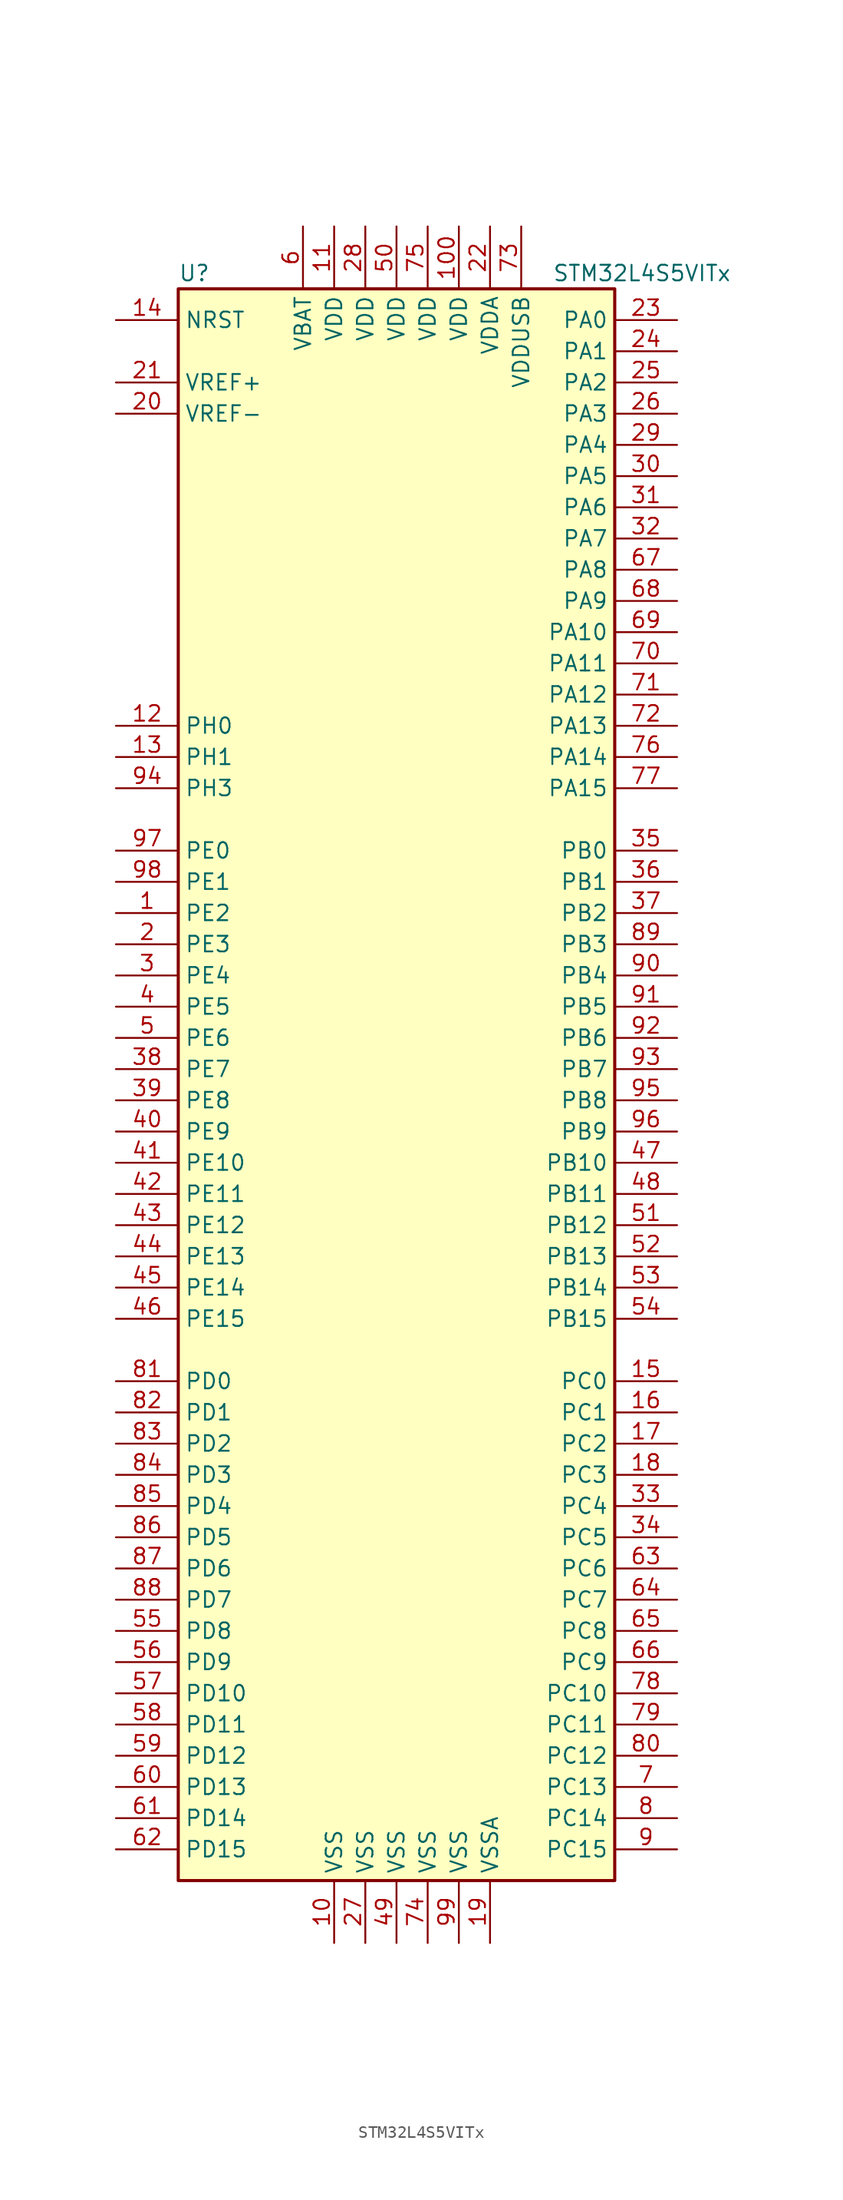
<source format=kicad_sym>
(kicad_symbol_lib
  (version 20201005)
  (generator kicad_symbol_editor)
  (symbol "MCU_ST_STM32L4+:STM32L4S5VITx"
    (property "Reference" "U"
      (at -17.78 64.77 0)
      (effects (font (size 1.27 1.27)) (justify left)))
    (property "Value" "STM32L4S5VITx"
      (at 12.7 64.77 0)
      (effects (font (size 1.27 1.27)) (justify left)))
    (symbol "STM32L4S5VITx_0_1"
      (rectangle (start -17.78 -66.04) (end 17.78 63.5) (stroke (width 0.254)) (fill (type background))))
    (symbol "STM32L4S5VITx_1_1"
      (pin input line (at -22.86 60.96 0) (length 5.08) (name "NRST" (effects (font (size 1.27 1.27)))) (number "14" (effects (font (size 1.27 1.27)))))
      (pin bidirectional line (at 22.86 60.96 180) (length 5.08) (name "PA0" (effects (font (size 1.27 1.27)))) (number "23" (effects (font (size 1.27 1.27)))))
      (pin bidirectional line (at 22.86 58.42 180) (length 5.08) (name "PA1" (effects (font (size 1.27 1.27)))) (number "24" (effects (font (size 1.27 1.27)))))
      (pin bidirectional line (at 22.86 35.56 180) (length 5.08) (name "PA10" (effects (font (size 1.27 1.27)))) (number "69" (effects (font (size 1.27 1.27)))))
      (pin bidirectional line (at 22.86 33.02 180) (length 5.08) (name "PA11" (effects (font (size 1.27 1.27)))) (number "70" (effects (font (size 1.27 1.27)))))
      (pin bidirectional line (at 22.86 30.48 180) (length 5.08) (name "PA12" (effects (font (size 1.27 1.27)))) (number "71" (effects (font (size 1.27 1.27)))))
      (pin bidirectional line (at 22.86 27.94 180) (length 5.08) (name "PA13" (effects (font (size 1.27 1.27)))) (number "72" (effects (font (size 1.27 1.27)))))
      (pin bidirectional line (at 22.86 25.4 180) (length 5.08) (name "PA14" (effects (font (size 1.27 1.27)))) (number "76" (effects (font (size 1.27 1.27)))))
      (pin bidirectional line (at 22.86 22.86 180) (length 5.08) (name "PA15" (effects (font (size 1.27 1.27)))) (number "77" (effects (font (size 1.27 1.27)))))
      (pin bidirectional line (at 22.86 55.88 180) (length 5.08) (name "PA2" (effects (font (size 1.27 1.27)))) (number "25" (effects (font (size 1.27 1.27)))))
      (pin bidirectional line (at 22.86 53.34 180) (length 5.08) (name "PA3" (effects (font (size 1.27 1.27)))) (number "26" (effects (font (size 1.27 1.27)))))
      (pin bidirectional line (at 22.86 50.8 180) (length 5.08) (name "PA4" (effects (font (size 1.27 1.27)))) (number "29" (effects (font (size 1.27 1.27)))))
      (pin bidirectional line (at 22.86 48.26 180) (length 5.08) (name "PA5" (effects (font (size 1.27 1.27)))) (number "30" (effects (font (size 1.27 1.27)))))
      (pin bidirectional line (at 22.86 45.72 180) (length 5.08) (name "PA6" (effects (font (size 1.27 1.27)))) (number "31" (effects (font (size 1.27 1.27)))))
      (pin bidirectional line (at 22.86 43.18 180) (length 5.08) (name "PA7" (effects (font (size 1.27 1.27)))) (number "32" (effects (font (size 1.27 1.27)))))
      (pin bidirectional line (at 22.86 40.64 180) (length 5.08) (name "PA8" (effects (font (size 1.27 1.27)))) (number "67" (effects (font (size 1.27 1.27)))))
      (pin bidirectional line (at 22.86 38.1 180) (length 5.08) (name "PA9" (effects (font (size 1.27 1.27)))) (number "68" (effects (font (size 1.27 1.27)))))
      (pin bidirectional line (at 22.86 17.78 180) (length 5.08) (name "PB0" (effects (font (size 1.27 1.27)))) (number "35" (effects (font (size 1.27 1.27)))))
      (pin bidirectional line (at 22.86 15.24 180) (length 5.08) (name "PB1" (effects (font (size 1.27 1.27)))) (number "36" (effects (font (size 1.27 1.27)))))
      (pin bidirectional line (at 22.86 -7.62 180) (length 5.08) (name "PB10" (effects (font (size 1.27 1.27)))) (number "47" (effects (font (size 1.27 1.27)))))
      (pin bidirectional line (at 22.86 -10.16 180) (length 5.08) (name "PB11" (effects (font (size 1.27 1.27)))) (number "48" (effects (font (size 1.27 1.27)))))
      (pin bidirectional line (at 22.86 -12.7 180) (length 5.08) (name "PB12" (effects (font (size 1.27 1.27)))) (number "51" (effects (font (size 1.27 1.27)))))
      (pin bidirectional line (at 22.86 -15.24 180) (length 5.08) (name "PB13" (effects (font (size 1.27 1.27)))) (number "52" (effects (font (size 1.27 1.27)))))
      (pin bidirectional line (at 22.86 -17.78 180) (length 5.08) (name "PB14" (effects (font (size 1.27 1.27)))) (number "53" (effects (font (size 1.27 1.27)))))
      (pin bidirectional line (at 22.86 -20.32 180) (length 5.08) (name "PB15" (effects (font (size 1.27 1.27)))) (number "54" (effects (font (size 1.27 1.27)))))
      (pin bidirectional line (at 22.86 12.7 180) (length 5.08) (name "PB2" (effects (font (size 1.27 1.27)))) (number "37" (effects (font (size 1.27 1.27)))))
      (pin bidirectional line (at 22.86 10.16 180) (length 5.08) (name "PB3" (effects (font (size 1.27 1.27)))) (number "89" (effects (font (size 1.27 1.27)))))
      (pin bidirectional line (at 22.86 7.62 180) (length 5.08) (name "PB4" (effects (font (size 1.27 1.27)))) (number "90" (effects (font (size 1.27 1.27)))))
      (pin bidirectional line (at 22.86 5.08 180) (length 5.08) (name "PB5" (effects (font (size 1.27 1.27)))) (number "91" (effects (font (size 1.27 1.27)))))
      (pin bidirectional line (at 22.86 2.54 180) (length 5.08) (name "PB6" (effects (font (size 1.27 1.27)))) (number "92" (effects (font (size 1.27 1.27)))))
      (pin bidirectional line (at 22.86 0 180) (length 5.08) (name "PB7" (effects (font (size 1.27 1.27)))) (number "93" (effects (font (size 1.27 1.27)))))
      (pin bidirectional line (at 22.86 -2.54 180) (length 5.08) (name "PB8" (effects (font (size 1.27 1.27)))) (number "95" (effects (font (size 1.27 1.27)))))
      (pin bidirectional line (at 22.86 -5.08 180) (length 5.08) (name "PB9" (effects (font (size 1.27 1.27)))) (number "96" (effects (font (size 1.27 1.27)))))
      (pin bidirectional line (at 22.86 -25.4 180) (length 5.08) (name "PC0" (effects (font (size 1.27 1.27)))) (number "15" (effects (font (size 1.27 1.27)))))
      (pin bidirectional line (at 22.86 -27.94 180) (length 5.08) (name "PC1" (effects (font (size 1.27 1.27)))) (number "16" (effects (font (size 1.27 1.27)))))
      (pin bidirectional line (at 22.86 -50.8 180) (length 5.08) (name "PC10" (effects (font (size 1.27 1.27)))) (number "78" (effects (font (size 1.27 1.27)))))
      (pin bidirectional line (at 22.86 -53.34 180) (length 5.08) (name "PC11" (effects (font (size 1.27 1.27)))) (number "79" (effects (font (size 1.27 1.27)))))
      (pin bidirectional line (at 22.86 -55.88 180) (length 5.08) (name "PC12" (effects (font (size 1.27 1.27)))) (number "80" (effects (font (size 1.27 1.27)))))
      (pin bidirectional line (at 22.86 -58.42 180) (length 5.08) (name "PC13" (effects (font (size 1.27 1.27)))) (number "7" (effects (font (size 1.27 1.27)))))
      (pin bidirectional line (at 22.86 -60.96 180) (length 5.08) (name "PC14" (effects (font (size 1.27 1.27)))) (number "8" (effects (font (size 1.27 1.27)))))
      (pin bidirectional line (at 22.86 -63.5 180) (length 5.08) (name "PC15" (effects (font (size 1.27 1.27)))) (number "9" (effects (font (size 1.27 1.27)))))
      (pin bidirectional line (at 22.86 -30.48 180) (length 5.08) (name "PC2" (effects (font (size 1.27 1.27)))) (number "17" (effects (font (size 1.27 1.27)))))
      (pin bidirectional line (at 22.86 -33.02 180) (length 5.08) (name "PC3" (effects (font (size 1.27 1.27)))) (number "18" (effects (font (size 1.27 1.27)))))
      (pin bidirectional line (at 22.86 -35.56 180) (length 5.08) (name "PC4" (effects (font (size 1.27 1.27)))) (number "33" (effects (font (size 1.27 1.27)))))
      (pin bidirectional line (at 22.86 -38.1 180) (length 5.08) (name "PC5" (effects (font (size 1.27 1.27)))) (number "34" (effects (font (size 1.27 1.27)))))
      (pin bidirectional line (at 22.86 -40.64 180) (length 5.08) (name "PC6" (effects (font (size 1.27 1.27)))) (number "63" (effects (font (size 1.27 1.27)))))
      (pin bidirectional line (at 22.86 -43.18 180) (length 5.08) (name "PC7" (effects (font (size 1.27 1.27)))) (number "64" (effects (font (size 1.27 1.27)))))
      (pin bidirectional line (at 22.86 -45.72 180) (length 5.08) (name "PC8" (effects (font (size 1.27 1.27)))) (number "65" (effects (font (size 1.27 1.27)))))
      (pin bidirectional line (at 22.86 -48.26 180) (length 5.08) (name "PC9" (effects (font (size 1.27 1.27)))) (number "66" (effects (font (size 1.27 1.27)))))
      (pin bidirectional line (at -22.86 -25.4 0) (length 5.08) (name "PD0" (effects (font (size 1.27 1.27)))) (number "81" (effects (font (size 1.27 1.27)))))
      (pin bidirectional line (at -22.86 -27.94 0) (length 5.08) (name "PD1" (effects (font (size 1.27 1.27)))) (number "82" (effects (font (size 1.27 1.27)))))
      (pin bidirectional line (at -22.86 -50.8 0) (length 5.08) (name "PD10" (effects (font (size 1.27 1.27)))) (number "57" (effects (font (size 1.27 1.27)))))
      (pin bidirectional line (at -22.86 -53.34 0) (length 5.08) (name "PD11" (effects (font (size 1.27 1.27)))) (number "58" (effects (font (size 1.27 1.27)))))
      (pin bidirectional line (at -22.86 -55.88 0) (length 5.08) (name "PD12" (effects (font (size 1.27 1.27)))) (number "59" (effects (font (size 1.27 1.27)))))
      (pin bidirectional line (at -22.86 -58.42 0) (length 5.08) (name "PD13" (effects (font (size 1.27 1.27)))) (number "60" (effects (font (size 1.27 1.27)))))
      (pin bidirectional line (at -22.86 -60.96 0) (length 5.08) (name "PD14" (effects (font (size 1.27 1.27)))) (number "61" (effects (font (size 1.27 1.27)))))
      (pin bidirectional line (at -22.86 -63.5 0) (length 5.08) (name "PD15" (effects (font (size 1.27 1.27)))) (number "62" (effects (font (size 1.27 1.27)))))
      (pin bidirectional line (at -22.86 -30.48 0) (length 5.08) (name "PD2" (effects (font (size 1.27 1.27)))) (number "83" (effects (font (size 1.27 1.27)))))
      (pin bidirectional line (at -22.86 -33.02 0) (length 5.08) (name "PD3" (effects (font (size 1.27 1.27)))) (number "84" (effects (font (size 1.27 1.27)))))
      (pin bidirectional line (at -22.86 -35.56 0) (length 5.08) (name "PD4" (effects (font (size 1.27 1.27)))) (number "85" (effects (font (size 1.27 1.27)))))
      (pin bidirectional line (at -22.86 -38.1 0) (length 5.08) (name "PD5" (effects (font (size 1.27 1.27)))) (number "86" (effects (font (size 1.27 1.27)))))
      (pin bidirectional line (at -22.86 -40.64 0) (length 5.08) (name "PD6" (effects (font (size 1.27 1.27)))) (number "87" (effects (font (size 1.27 1.27)))))
      (pin bidirectional line (at -22.86 -43.18 0) (length 5.08) (name "PD7" (effects (font (size 1.27 1.27)))) (number "88" (effects (font (size 1.27 1.27)))))
      (pin bidirectional line (at -22.86 -45.72 0) (length 5.08) (name "PD8" (effects (font (size 1.27 1.27)))) (number "55" (effects (font (size 1.27 1.27)))))
      (pin bidirectional line (at -22.86 -48.26 0) (length 5.08) (name "PD9" (effects (font (size 1.27 1.27)))) (number "56" (effects (font (size 1.27 1.27)))))
      (pin bidirectional line (at -22.86 17.78 0) (length 5.08) (name "PE0" (effects (font (size 1.27 1.27)))) (number "97" (effects (font (size 1.27 1.27)))))
      (pin bidirectional line (at -22.86 15.24 0) (length 5.08) (name "PE1" (effects (font (size 1.27 1.27)))) (number "98" (effects (font (size 1.27 1.27)))))
      (pin bidirectional line (at -22.86 -7.62 0) (length 5.08) (name "PE10" (effects (font (size 1.27 1.27)))) (number "41" (effects (font (size 1.27 1.27)))))
      (pin bidirectional line (at -22.86 -10.16 0) (length 5.08) (name "PE11" (effects (font (size 1.27 1.27)))) (number "42" (effects (font (size 1.27 1.27)))))
      (pin bidirectional line (at -22.86 -12.7 0) (length 5.08) (name "PE12" (effects (font (size 1.27 1.27)))) (number "43" (effects (font (size 1.27 1.27)))))
      (pin bidirectional line (at -22.86 -15.24 0) (length 5.08) (name "PE13" (effects (font (size 1.27 1.27)))) (number "44" (effects (font (size 1.27 1.27)))))
      (pin bidirectional line (at -22.86 -17.78 0) (length 5.08) (name "PE14" (effects (font (size 1.27 1.27)))) (number "45" (effects (font (size 1.27 1.27)))))
      (pin bidirectional line (at -22.86 -20.32 0) (length 5.08) (name "PE15" (effects (font (size 1.27 1.27)))) (number "46" (effects (font (size 1.27 1.27)))))
      (pin bidirectional line (at -22.86 12.7 0) (length 5.08) (name "PE2" (effects (font (size 1.27 1.27)))) (number "1" (effects (font (size 1.27 1.27)))))
      (pin bidirectional line (at -22.86 10.16 0) (length 5.08) (name "PE3" (effects (font (size 1.27 1.27)))) (number "2" (effects (font (size 1.27 1.27)))))
      (pin bidirectional line (at -22.86 7.62 0) (length 5.08) (name "PE4" (effects (font (size 1.27 1.27)))) (number "3" (effects (font (size 1.27 1.27)))))
      (pin bidirectional line (at -22.86 5.08 0) (length 5.08) (name "PE5" (effects (font (size 1.27 1.27)))) (number "4" (effects (font (size 1.27 1.27)))))
      (pin bidirectional line (at -22.86 2.54 0) (length 5.08) (name "PE6" (effects (font (size 1.27 1.27)))) (number "5" (effects (font (size 1.27 1.27)))))
      (pin bidirectional line (at -22.86 0 0) (length 5.08) (name "PE7" (effects (font (size 1.27 1.27)))) (number "38" (effects (font (size 1.27 1.27)))))
      (pin bidirectional line (at -22.86 -2.54 0) (length 5.08) (name "PE8" (effects (font (size 1.27 1.27)))) (number "39" (effects (font (size 1.27 1.27)))))
      (pin bidirectional line (at -22.86 -5.08 0) (length 5.08) (name "PE9" (effects (font (size 1.27 1.27)))) (number "40" (effects (font (size 1.27 1.27)))))
      (pin input line (at -22.86 27.94 0) (length 5.08) (name "PH0" (effects (font (size 1.27 1.27)))) (number "12" (effects (font (size 1.27 1.27)))))
      (pin input line (at -22.86 25.4 0) (length 5.08) (name "PH1" (effects (font (size 1.27 1.27)))) (number "13" (effects (font (size 1.27 1.27)))))
      (pin bidirectional line (at -22.86 22.86 0) (length 5.08) (name "PH3" (effects (font (size 1.27 1.27)))) (number "94" (effects (font (size 1.27 1.27)))))
      (pin power_in line (at -7.62 68.58 270) (length 5.08) (name "VBAT" (effects (font (size 1.27 1.27)))) (number "6" (effects (font (size 1.27 1.27)))))
      (pin power_in line (at 5.08 68.58 270) (length 5.08) (name "VDD" (effects (font (size 1.27 1.27)))) (number "100" (effects (font (size 1.27 1.27)))))
      (pin power_in line (at -5.08 68.58 270) (length 5.08) (name "VDD" (effects (font (size 1.27 1.27)))) (number "11" (effects (font (size 1.27 1.27)))))
      (pin power_in line (at -2.54 68.58 270) (length 5.08) (name "VDD" (effects (font (size 1.27 1.27)))) (number "28" (effects (font (size 1.27 1.27)))))
      (pin power_in line (at 0 68.58 270) (length 5.08) (name "VDD" (effects (font (size 1.27 1.27)))) (number "50" (effects (font (size 1.27 1.27)))))
      (pin power_in line (at 2.54 68.58 270) (length 5.08) (name "VDD" (effects (font (size 1.27 1.27)))) (number "75" (effects (font (size 1.27 1.27)))))
      (pin power_in line (at 7.62 68.58 270) (length 5.08) (name "VDDA" (effects (font (size 1.27 1.27)))) (number "22" (effects (font (size 1.27 1.27)))))
      (pin power_in line (at 10.16 68.58 270) (length 5.08) (name "VDDUSB" (effects (font (size 1.27 1.27)))) (number "73" (effects (font (size 1.27 1.27)))))
      (pin bidirectional line (at -22.86 55.88 0) (length 5.08) (name "VREF+" (effects (font (size 1.27 1.27)))) (number "21" (effects (font (size 1.27 1.27)))))
      (pin power_in line (at -22.86 53.34 0) (length 5.08) (name "VREF-" (effects (font (size 1.27 1.27)))) (number "20" (effects (font (size 1.27 1.27)))))
      (pin power_in line (at -5.08 -71.12 90) (length 5.08) (name "VSS" (effects (font (size 1.27 1.27)))) (number "10" (effects (font (size 1.27 1.27)))))
      (pin power_in line (at -2.54 -71.12 90) (length 5.08) (name "VSS" (effects (font (size 1.27 1.27)))) (number "27" (effects (font (size 1.27 1.27)))))
      (pin power_in line (at 0 -71.12 90) (length 5.08) (name "VSS" (effects (font (size 1.27 1.27)))) (number "49" (effects (font (size 1.27 1.27)))))
      (pin power_in line (at 2.54 -71.12 90) (length 5.08) (name "VSS" (effects (font (size 1.27 1.27)))) (number "74" (effects (font (size 1.27 1.27)))))
      (pin power_in line (at 5.08 -71.12 90) (length 5.08) (name "VSS" (effects (font (size 1.27 1.27)))) (number "99" (effects (font (size 1.27 1.27)))))
      (pin power_in line (at 7.62 -71.12 90) (length 5.08) (name "VSSA" (effects (font (size 1.27 1.27)))) (number "19" (effects (font (size 1.27 1.27))))))))
</source>
